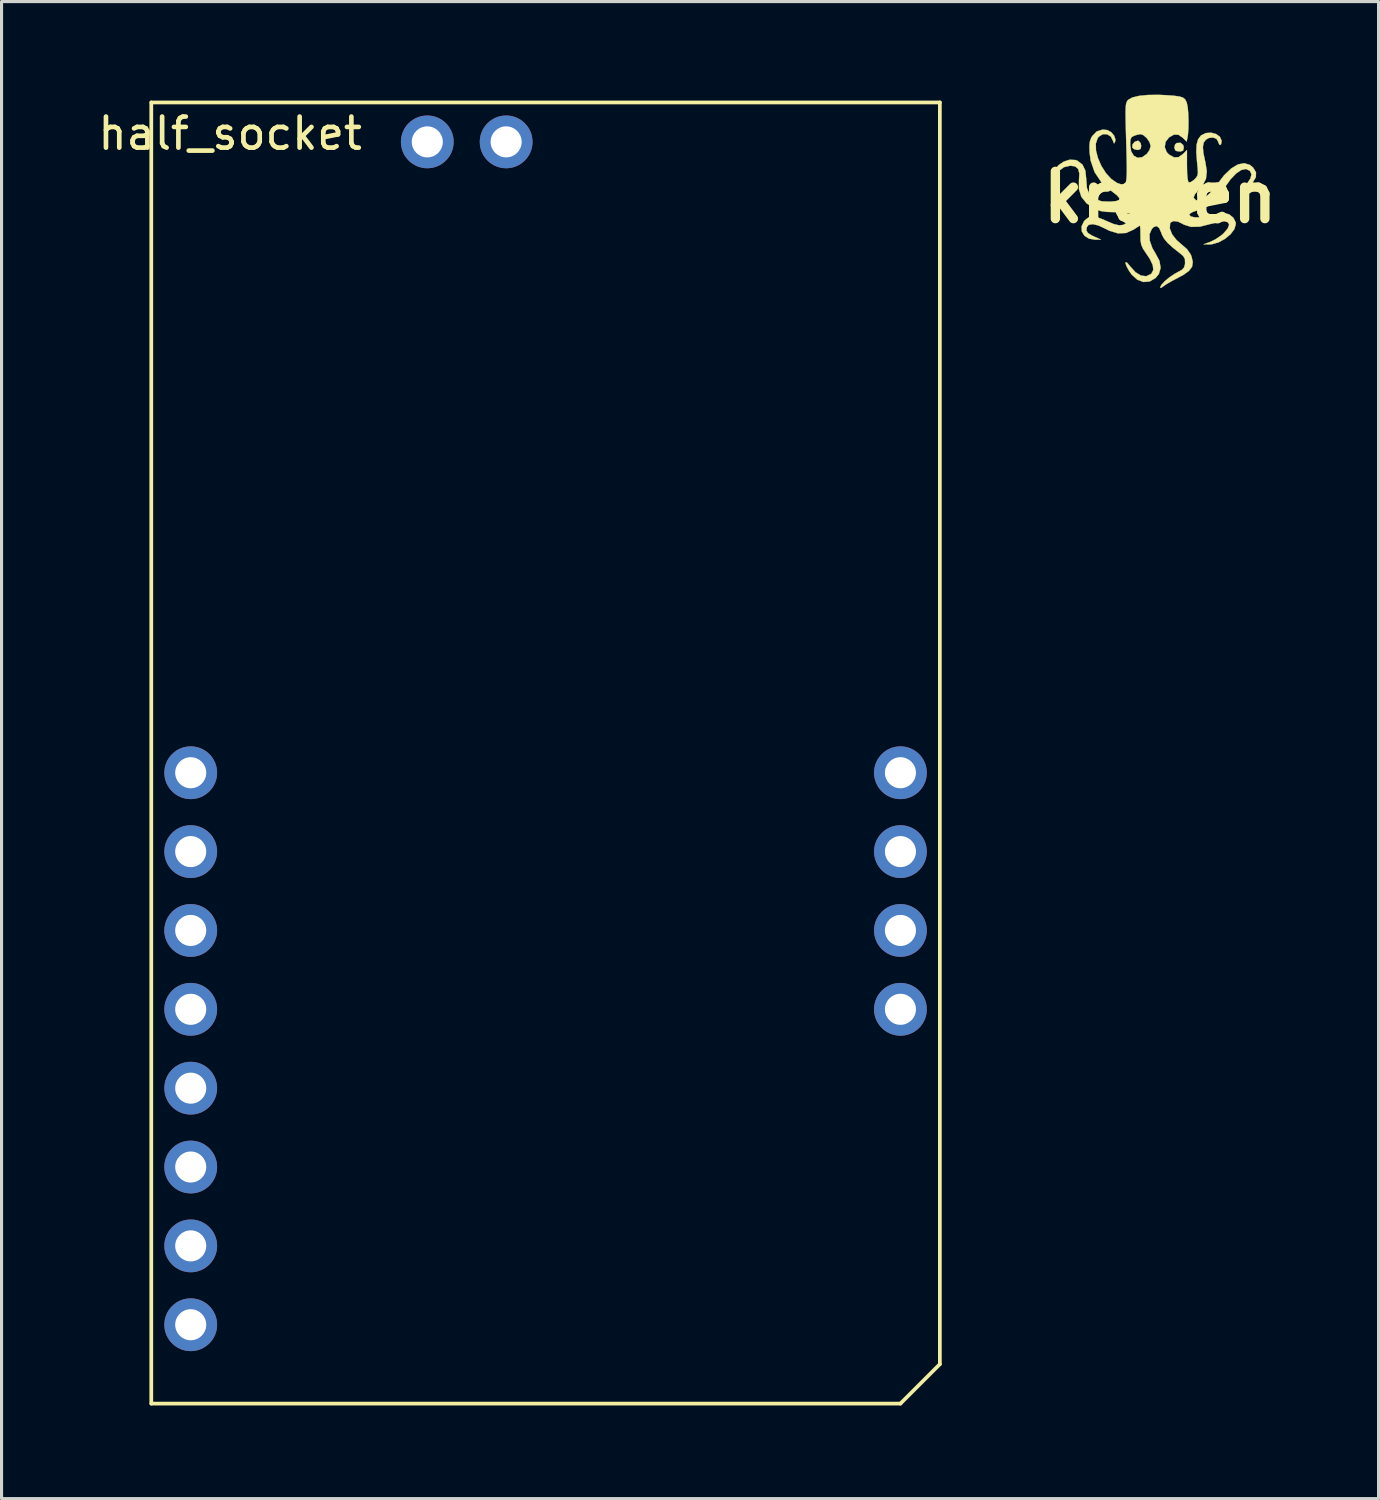
<source format=kicad_pcb>
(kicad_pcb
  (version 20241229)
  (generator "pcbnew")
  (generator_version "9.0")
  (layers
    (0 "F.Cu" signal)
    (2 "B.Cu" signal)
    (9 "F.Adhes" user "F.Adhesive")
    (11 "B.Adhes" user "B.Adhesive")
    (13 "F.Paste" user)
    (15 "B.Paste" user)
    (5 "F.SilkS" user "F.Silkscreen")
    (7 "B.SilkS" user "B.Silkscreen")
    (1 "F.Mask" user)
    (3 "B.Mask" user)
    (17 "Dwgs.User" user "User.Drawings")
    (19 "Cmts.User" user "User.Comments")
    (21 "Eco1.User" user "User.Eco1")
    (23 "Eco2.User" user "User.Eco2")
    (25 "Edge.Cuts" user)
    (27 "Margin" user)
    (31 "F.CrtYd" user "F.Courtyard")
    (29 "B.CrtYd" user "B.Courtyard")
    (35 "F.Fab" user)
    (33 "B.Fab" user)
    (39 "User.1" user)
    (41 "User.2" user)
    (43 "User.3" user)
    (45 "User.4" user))
  (footprint "kraken"
    (layer "F.Cu")
    (at 34.318 3.303)
    (property "Reference" "kraken" (at 0 0 0) (layer "F.SilkS") (effects (font (size 1.524 1.524) (thickness 0.3))))
    (attr through_hole)
    (fp_poly (pts (xy -0.69 -1.812) (xy -0.629 -1.743) (xy -0.61 -1.653) (xy -0.63 -1.555) (xy -0.711 -1.525) (xy -0.738 -1.524) (xy -0.847 -1.552) (xy -0.898 -1.604) (xy -0.89 -1.702) (xy -0.819 -1.786) (xy -0.722 -1.819) (xy -0.69 -1.812)) (stroke (width 0.01) (type solid)) (fill yes) (layer "F.SilkS"))
    (fp_poly (pts (xy 0.744 -1.68) (xy 0.762 -1.595) (xy 0.738 -1.5) (xy 0.65 -1.473) (xy 0.643 -1.473) (xy 0.537 -1.486) (xy 0.491 -1.507) (xy 0.457 -1.598) (xy 0.482 -1.699) (xy 0.533 -1.746) (xy 0.66 -1.753) (xy 0.744 -1.68)) (stroke (width 0.01) (type solid)) (fill yes) (layer "F.SilkS"))
    (fp_poly (pts (xy 0.2 -3.287) (xy 0.454 -3.268) (xy 0.627 -3.244) (xy 0.737 -3.208) (xy 0.804 -3.153) (xy 0.847 -3.072) (xy 0.86 -3.036) (xy 0.888 -2.9) (xy 0.906 -2.696) (xy 0.914 -2.458) (xy 0.911 -2.222) (xy 0.896 -2.02) (xy 0.884 -1.944) (xy 0.854 -1.792) (xy 0.734 -1.912) (xy 0.59 -2.013) (xy 0.444 -2.016) (xy 0.286 -1.927) (xy 0.175 -1.783) (xy 0.149 -1.616) (xy 0.21 -1.455) (xy 0.286 -1.375) (xy 0.448 -1.285) (xy 0.593 -1.291) (xy 0.739 -1.395) (xy 0.864 -1.519) (xy 0.864 -1.017) (xy 0.869 -0.764) (xy 0.885 -0.584) (xy 0.911 -0.489) (xy 0.92 -0.479) (xy 0.989 -0.489) (xy 1.087 -0.556) (xy 1.106 -0.575) (xy 1.169 -0.642) (xy 1.204 -0.707) (xy 1.217 -0.795) (xy 1.21 -0.933) (xy 1.189 -1.135) (xy 1.165 -1.455) (xy 1.175 -1.693) (xy 1.222 -1.863) (xy 1.308 -1.98) (xy 1.322 -1.993) (xy 1.474 -2.067) (xy 1.643 -2.079) (xy 1.803 -2.036) (xy 1.924 -1.948) (xy 1.98 -1.821) (xy 1.981 -1.801) (xy 1.96 -1.698) (xy 1.916 -1.685) (xy 1.876 -1.762) (xy 1.87 -1.791) (xy 1.814 -1.883) (xy 1.703 -1.924) (xy 1.57 -1.909) (xy 1.469 -1.85) (xy 1.402 -1.756) (xy 1.377 -1.621) (xy 1.392 -1.429) (xy 1.449 -1.161) (xy 1.455 -1.137) (xy 1.503 -0.841) (xy 1.477 -0.598) (xy 1.372 -0.385) (xy 1.237 -0.231) (xy 1.122 -0.098) (xy 1.081 0.003) (xy 1.085 0.024) (xy 1.155 0.097) (xy 1.27 0.095) (xy 1.415 0.025) (xy 1.576 -0.104) (xy 1.74 -0.284) (xy 1.821 -0.394) (xy 2.058 -0.704) (xy 2.289 -0.926) (xy 2.507 -1.057) (xy 2.71 -1.096) (xy 2.892 -1.041) (xy 2.996 -0.955) (xy 3.088 -0.803) (xy 3.083 -0.645) (xy 2.98 -0.475) (xy 2.892 -0.384) (xy 2.754 -0.266) (xy 2.679 -0.222) (xy 2.671 -0.251) (xy 2.732 -0.35) (xy 2.793 -0.431) (xy 2.909 -0.605) (xy 2.942 -0.738) (xy 2.895 -0.843) (xy 2.885 -0.853) (xy 2.766 -0.91) (xy 2.617 -0.879) (xy 2.449 -0.767) (xy 2.271 -0.582) (xy 2.091 -0.329) (xy 2.036 -0.236) (xy 1.841 0.046) (xy 1.617 0.244) (xy 1.342 0.377) (xy 1.234 0.411) (xy 1.056 0.471) (xy 0.956 0.531) (xy 0.94 0.563) (xy 0.985 0.617) (xy 1.105 0.646) (xy 1.277 0.649) (xy 1.475 0.624) (xy 1.632 0.587) (xy 1.816 0.541) (xy 1.989 0.513) (xy 2.058 0.508) (xy 2.222 0.551) (xy 2.357 0.659) (xy 2.432 0.805) (xy 2.438 0.862) (xy 2.392 1.026) (xy 2.269 1.191) (xy 2.092 1.338) (xy 1.885 1.452) (xy 1.669 1.514) (xy 1.571 1.52) (xy 1.397 1.516) (xy 1.616 1.438) (xy 1.785 1.355) (xy 1.964 1.232) (xy 2.04 1.167) (xy 2.177 1.009) (xy 2.223 0.887) (xy 2.186 0.808) (xy 2.069 0.773) (xy 1.881 0.789) (xy 1.625 0.86) (xy 1.624 0.86) (xy 1.283 0.947) (xy 0.997 0.955) (xy 0.768 0.883) (xy 0.737 0.864) (xy 0.575 0.785) (xy 0.434 0.767) (xy 0.339 0.812) (xy 0.322 0.842) (xy 0.311 1.004) (xy 0.382 1.188) (xy 0.524 1.374) (xy 0.673 1.505) (xy 0.866 1.673) (xy 0.982 1.839) (xy 1.011 1.909) (xy 1.052 2.09) (xy 1.028 2.239) (xy 0.929 2.372) (xy 0.748 2.502) (xy 0.571 2.596) (xy 0.383 2.695) (xy 0.22 2.789) (xy 0.112 2.861) (xy 0.101 2.871) (xy 0.029 2.92) (xy 0 2.907) (xy 0.04 2.823) (xy 0.146 2.708) (xy 0.294 2.584) (xy 0.461 2.471) (xy 0.549 2.423) (xy 0.693 2.343) (xy 0.767 2.269) (xy 0.798 2.171) (xy 0.803 2.124) (xy 0.798 1.989) (xy 0.741 1.891) (xy 0.66 1.822) (xy 0.415 1.628) (xy 0.242 1.471) (xy 0.129 1.337) (xy 0.06 1.211) (xy 0.042 1.158) (xy -0.03 0.992) (xy -0.115 0.927) (xy -0.212 0.963) (xy -0.267 1.02) (xy -0.341 1.188) (xy -0.335 1.399) (xy -0.252 1.636) (xy -0.156 1.798) (xy -0.022 2.05) (xy 0.016 2.276) (xy -0.042 2.474) (xy -0.147 2.601) (xy -0.337 2.713) (xy -0.538 2.73) (xy -0.735 2.655) (xy -0.917 2.49) (xy -0.991 2.387) (xy -1.076 2.235) (xy -1.114 2.132) (xy -1.107 2.089) (xy -1.057 2.116) (xy -0.967 2.225) (xy -0.793 2.416) (xy -0.616 2.524) (xy -0.446 2.544) (xy -0.296 2.472) (xy -0.278 2.455) (xy -0.219 2.34) (xy -0.238 2.183) (xy -0.337 1.978) (xy -0.443 1.82) (xy -0.55 1.66) (xy -0.608 1.531) (xy -0.631 1.388) (xy -0.634 1.233) (xy -0.636 1.068) (xy -0.642 0.953) (xy -0.649 0.914) (xy -0.697 0.94) (xy -0.799 1.005) (xy -0.853 1.041) (xy -1.095 1.151) (xy -1.356 1.163) (xy -1.64 1.077) (xy -1.76 1.016) (xy -1.99 0.908) (xy -2.174 0.866) (xy -2.304 0.89) (xy -2.362 0.965) (xy -2.375 1.068) (xy -2.327 1.15) (xy -2.203 1.23) (xy -2.115 1.271) (xy -1.905 1.364) (xy -2.089 1.368) (xy -2.291 1.334) (xy -2.439 1.239) (xy -2.523 1.1) (xy -2.531 0.94) (xy -2.454 0.778) (xy -2.415 0.734) (xy -2.305 0.649) (xy -2.185 0.618) (xy -2.031 0.642) (xy -1.824 0.721) (xy -1.735 0.762) (xy -1.497 0.863) (xy -1.321 0.905) (xy -1.185 0.89) (xy -1.068 0.817) (xy -1.039 0.79) (xy -0.941 0.673) (xy -0.917 0.589) (xy -0.974 0.531) (xy -1.117 0.497) (xy -1.352 0.482) (xy -1.473 0.48) (xy -1.723 0.472) (xy -1.905 0.447) (xy -2.05 0.399) (xy -2.108 0.371) (xy -2.37 0.195) (xy -2.537 -0.013) (xy -2.616 -0.262) (xy -2.614 -0.537) (xy -2.602 -0.765) (xy -2.642 -0.914) (xy -2.738 -0.993) (xy -2.89 -1.016) (xy -3.098 -0.969) (xy -3.268 -0.842) (xy -3.374 -0.655) (xy -3.388 -0.601) (xy -3.413 -0.501) (xy -3.436 -0.492) (xy -3.454 -0.532) (xy -3.468 -0.709) (xy -3.401 -0.881) (xy -3.273 -1.033) (xy -3.104 -1.147) (xy -2.916 -1.208) (xy -2.726 -1.199) (xy -2.666 -1.177) (xy -2.502 -1.052) (xy -2.408 -0.856) (xy -2.381 -0.586) (xy -2.381 -0.58) (xy -2.357 -0.292) (xy -2.267 -0.079) (xy -2.108 0.061) (xy -1.875 0.133) (xy -1.611 0.142) (xy -1.42 0.124) (xy -1.321 0.088) (xy -1.313 0.027) (xy -1.394 -0.066) (xy -1.566 -0.199) (xy -1.596 -0.22) (xy -1.897 -0.49) (xy -2.112 -0.812) (xy -2.239 -1.184) (xy -2.272 -1.441) (xy -2.278 -1.651) (xy -2.263 -1.795) (xy -2.223 -1.908) (xy -2.189 -1.967) (xy -2.042 -2.119) (xy -1.853 -2.179) (xy -1.702 -2.164) (xy -1.575 -2.095) (xy -1.48 -1.981) (xy -1.439 -1.855) (xy -1.45 -1.791) (xy -1.483 -1.732) (xy -1.503 -1.768) (xy -1.512 -1.803) (xy -1.586 -1.952) (xy -1.707 -2.029) (xy -1.846 -2.031) (xy -1.976 -1.95) (xy -2.012 -1.903) (xy -2.072 -1.726) (xy -2.066 -1.504) (xy -2.002 -1.258) (xy -1.893 -1.009) (xy -1.747 -0.779) (xy -1.576 -0.59) (xy -1.39 -0.462) (xy -1.297 -0.428) (xy -1.225 -0.412) (xy -1.168 -0.413) (xy -1.127 -0.441) (xy -1.098 -0.507) (xy -1.081 -0.621) (xy -1.073 -0.795) (xy -1.074 -1.039) (xy -1.081 -1.364) (xy -1.09 -1.694) (xy -0.965 -1.694) (xy -0.934 -1.481) (xy -0.849 -1.337) (xy -0.726 -1.271) (xy -0.578 -1.29) (xy -0.429 -1.395) (xy -0.343 -1.518) (xy -0.305 -1.646) (xy -0.305 -1.651) (xy -0.341 -1.775) (xy -0.429 -1.904) (xy -0.539 -2) (xy -0.629 -2.032) (xy -0.732 -2.015) (xy -0.835 -1.982) (xy -0.916 -1.939) (xy -0.954 -1.867) (xy -0.965 -1.734) (xy -0.965 -1.694) (xy -1.09 -1.694) (xy -1.092 -1.754) (xy -1.103 -2.148) (xy -1.11 -2.453) (xy -1.113 -2.682) (xy -1.111 -2.847) (xy -1.103 -2.962) (xy -1.089 -3.037) (xy -1.069 -3.087) (xy -1.041 -3.124) (xy -1.026 -3.139) (xy -0.895 -3.213) (xy -0.679 -3.265) (xy -0.392 -3.294) (xy -0.048 -3.298) (xy 0.2 -3.287)) (stroke (width 0.01) (type solid)) (fill yes) (layer "F.SilkS")))
  (footprint "half_socket"
    (layer "F.Cu")
    (at 14.523 0.25)
    (property "Reference" "half_socket" (at -10.16 1 0) (layer "F.SilkS") (effects (font (size 1 1) (thickness 0.15))))
    (attr through_hole)
    (fp_line (start -12.7 0) (end 12.7 0) (stroke (width 0.12) (type solid)) (layer "F.SilkS"))
    (fp_line (start -12.7 41.91) (end -12.7 0) (stroke (width 0.12) (type solid)) (layer "F.SilkS"))
    (fp_line (start 11.43 41.91) (end -12.7 41.91) (stroke (width 0.12) (type solid)) (layer "F.SilkS"))
    (fp_line (start 12.7 0) (end 12.7 40.64) (stroke (width 0.12) (type solid)) (layer "F.SilkS"))
    (fp_line (start 12.7 40.64) (end 11.43 41.91) (stroke (width 0.12) (type solid)) (layer "F.SilkS"))
    (pad "1" thru_hole circle (at -11.43 39.37) (size 1.7 1.7) (drill 1) (layers "*.Cu" "*.Mask"))
    (pad "2" thru_hole circle (at -11.43 36.83) (size 1.7 1.7) (drill 1) (layers "*.Cu" "*.Mask"))
    (pad "3" thru_hole circle (at -11.43 34.29) (size 1.7 1.7) (drill 1) (layers "*.Cu" "*.Mask"))
    (pad "4" thru_hole circle (at -11.43 31.75) (size 1.7 1.7) (drill 1) (layers "*.Cu" "*.Mask"))
    (pad "5" thru_hole circle (at -11.43 29.21) (size 1.7 1.7) (drill 1) (layers "*.Cu" "*.Mask"))
    (pad "6" thru_hole circle (at -11.43 26.67) (size 1.7 1.7) (drill 1) (layers "*.Cu" "*.Mask"))
    (pad "7" thru_hole circle (at -11.43 24.13) (size 1.7 1.7) (drill 1) (layers "*.Cu" "*.Mask"))
    (pad "8" thru_hole circle (at -11.43 21.59) (size 1.7 1.7) (drill 1) (layers "*.Cu" "*.Mask"))
    (pad "9" thru_hole circle (at -3.81 1.27) (size 1.7 1.7) (drill 1) (layers "*.Cu" "*.Mask"))
    (pad "10" thru_hole circle (at -1.27 1.27) (size 1.7 1.7) (drill 1) (layers "*.Cu" "*.Mask"))
    (pad "13" thru_hole circle (at 11.43 21.59) (size 1.7 1.7) (drill 1) (layers "*.Cu" "*.Mask"))
    (pad "14" thru_hole circle (at 11.43 24.13) (size 1.7 1.7) (drill 1) (layers "*.Cu" "*.Mask"))
    (pad "15" thru_hole circle (at 11.43 26.67) (size 1.7 1.7) (drill 1) (layers "*.Cu" "*.Mask"))
    (pad "16" thru_hole circle (at 11.43 29.21) (size 1.7 1.7) (drill 1) (layers "*.Cu" "*.Mask")))
  (gr_rect
    (start -3 -3)
    (end 41.353 45.22)
    (stroke (width 0.1) (type default))
    (fill no)
    (layer "Edge.Cuts")))
</source>
